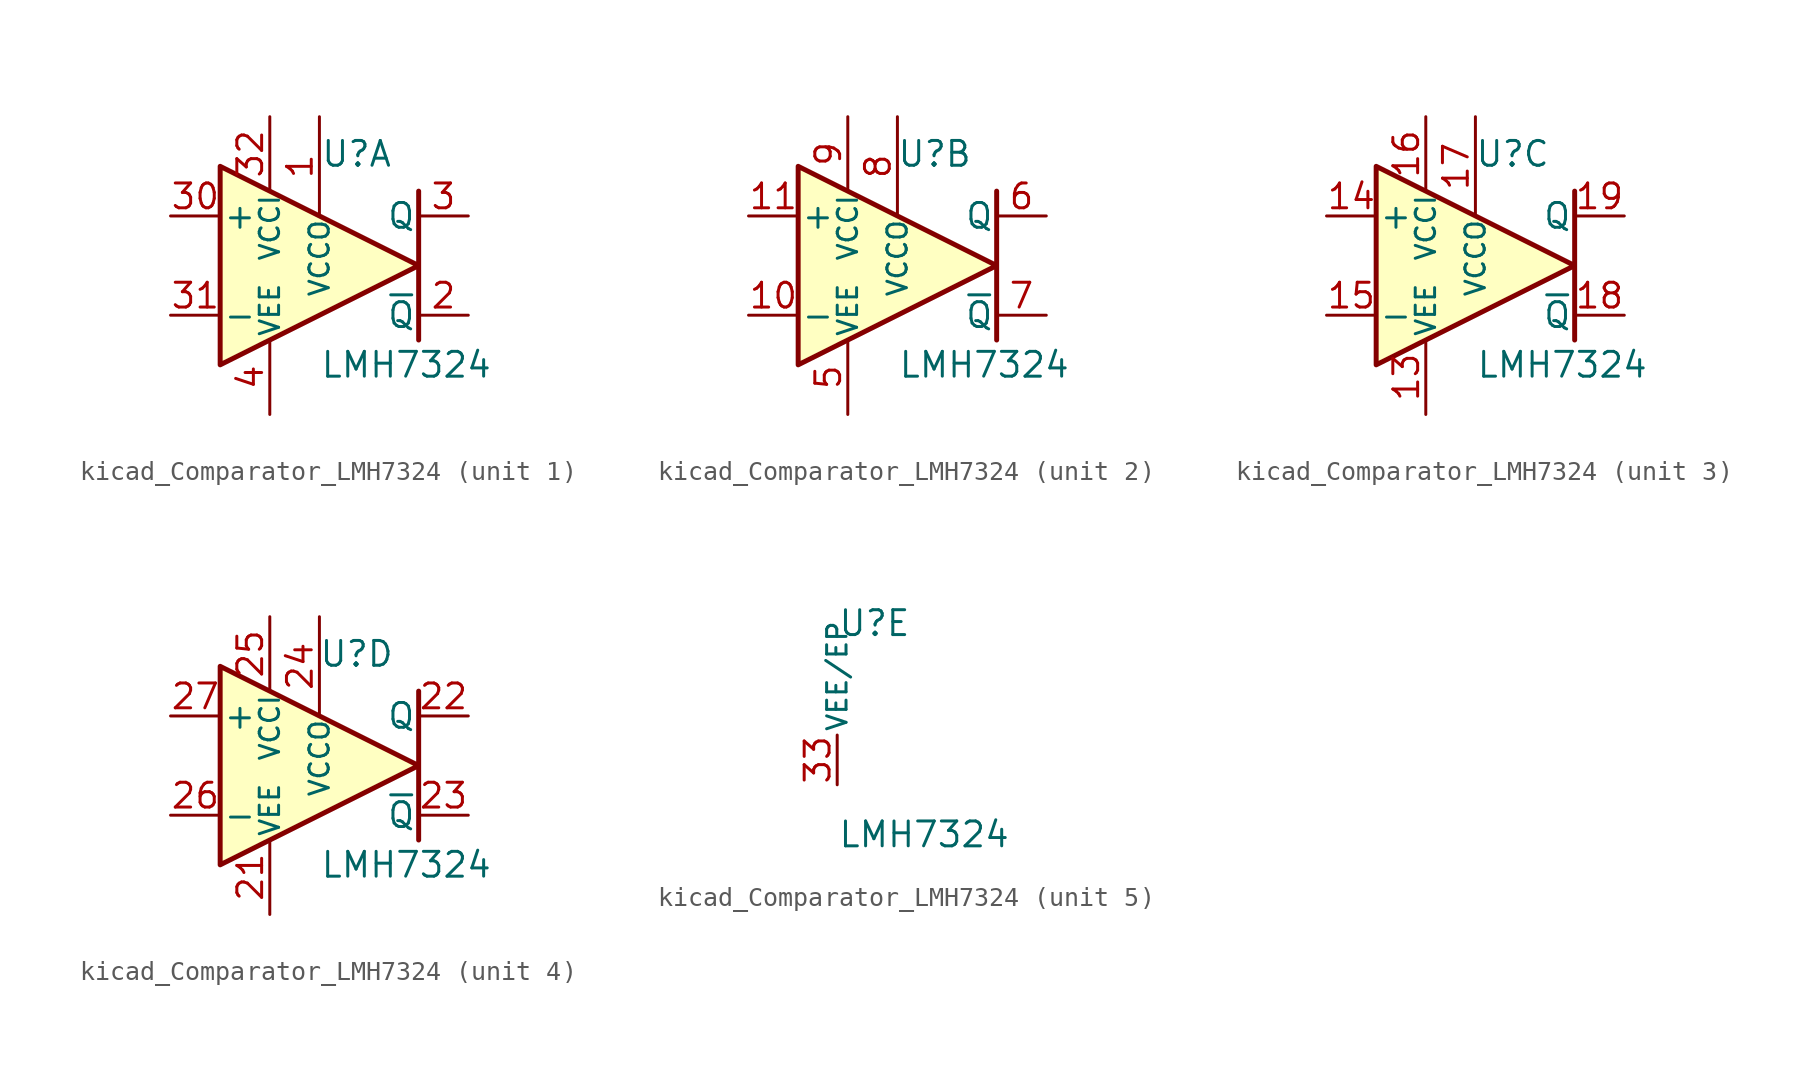
<source format=kicad_sym>
(kicad_symbol_lib
  (version 20220914)
  (generator kicad_symbol_editor)
  (symbol "kicad_Comparator_LMH7324"
    (pin_names
      (offset 0.127))
    (property "Reference" "U"
      (at 1.905 5.715 0)
      (effects (font (size 1.27 1.27))))
    (property "Value" "LMH7324"
      (at 4.445 -5.08 0)
      (effects (font (size 1.27 1.27))))
    (property "ki_locked" ""
      (at 0 0 0)
      (effects (font (size 1.27 1.27))))
    (symbol "kicad_Comparator_LMH7324_1_1"
      (polyline (pts (xy 5.08 3.81) (xy 5.08 0) (xy -5.08 5.08) (xy -5.08 -5.08) (xy 5.08 0) (xy 5.08 -3.81)) (stroke (width 0.254) (type default)) (fill (type background)))
      (pin power_in line (at 0 7.62 270) (length 5.08) (name "VCCO" (effects (font (size 0.991 0.991)))) (number "1" (effects (font (size 1.27 1.27)))))
      (pin output line (at 7.62 -2.54 180) (length 2.54) (name "~{Q}" (effects (font (size 1.27 1.27)))) (number "2" (effects (font (size 1.27 1.27)))))
      (pin passive line (at -2.54 -7.62 90) (length 3.81) hide (name "VEE" (effects (font (size 0.991 0.991)))) (number "29" (effects (font (size 1.27 1.27)))))
      (pin output line (at 7.62 2.54 180) (length 2.54) (name "Q" (effects (font (size 1.27 1.27)))) (number "3" (effects (font (size 1.27 1.27)))))
      (pin input line (at -7.62 2.54 0) (length 2.54) (name "+" (effects (font (size 1.27 1.27)))) (number "30" (effects (font (size 1.27 1.27)))))
      (pin input line (at -7.62 -2.54 0) (length 2.54) (name "-" (effects (font (size 1.27 1.27)))) (number "31" (effects (font (size 1.27 1.27)))))
      (pin power_in line (at -2.54 7.62 270) (length 3.81) (name "VCCI" (effects (font (size 0.991 0.991)))) (number "32" (effects (font (size 1.27 1.27)))))
      (pin power_in line (at -2.54 -7.62 90) (length 3.81) (name "VEE" (effects (font (size 0.991 0.991)))) (number "4" (effects (font (size 1.27 1.27))))))
    (symbol "kicad_Comparator_LMH7324_2_1"
      (polyline (pts (xy 5.08 3.81) (xy 5.08 0) (xy -5.08 5.08) (xy -5.08 -5.08) (xy 5.08 0) (xy 5.08 -3.81)) (stroke (width 0.254) (type default)) (fill (type background)))
      (pin input line (at -7.62 -2.54 0) (length 2.54) (name "-" (effects (font (size 1.27 1.27)))) (number "10" (effects (font (size 1.27 1.27)))))
      (pin input line (at -7.62 2.54 0) (length 2.54) (name "+" (effects (font (size 1.27 1.27)))) (number "11" (effects (font (size 1.27 1.27)))))
      (pin passive line (at -2.54 -7.62 90) (length 3.81) hide (name "VEE" (effects (font (size 0.991 0.991)))) (number "12" (effects (font (size 1.27 1.27)))))
      (pin power_in line (at -2.54 -7.62 90) (length 3.81) (name "VEE" (effects (font (size 0.991 0.991)))) (number "5" (effects (font (size 1.27 1.27)))))
      (pin output line (at 7.62 2.54 180) (length 2.54) (name "Q" (effects (font (size 1.27 1.27)))) (number "6" (effects (font (size 1.27 1.27)))))
      (pin output line (at 7.62 -2.54 180) (length 2.54) (name "~{Q}" (effects (font (size 1.27 1.27)))) (number "7" (effects (font (size 1.27 1.27)))))
      (pin power_in line (at 0 7.62 270) (length 5.08) (name "VCCO" (effects (font (size 0.991 0.991)))) (number "8" (effects (font (size 1.27 1.27)))))
      (pin power_in line (at -2.54 7.62 270) (length 3.81) (name "VCCI" (effects (font (size 0.991 0.991)))) (number "9" (effects (font (size 1.27 1.27))))))
    (symbol "kicad_Comparator_LMH7324_3_1"
      (polyline (pts (xy 5.08 3.81) (xy 5.08 0) (xy -5.08 5.08) (xy -5.08 -5.08) (xy 5.08 0) (xy 5.08 -3.81)) (stroke (width 0.254) (type default)) (fill (type background)))
      (pin power_in line (at -2.54 -7.62 90) (length 3.81) (name "VEE" (effects (font (size 0.991 0.991)))) (number "13" (effects (font (size 1.27 1.27)))))
      (pin input line (at -7.62 2.54 0) (length 2.54) (name "+" (effects (font (size 1.27 1.27)))) (number "14" (effects (font (size 1.27 1.27)))))
      (pin input line (at -7.62 -2.54 0) (length 2.54) (name "-" (effects (font (size 1.27 1.27)))) (number "15" (effects (font (size 1.27 1.27)))))
      (pin power_in line (at -2.54 7.62 270) (length 3.81) (name "VCCI" (effects (font (size 0.991 0.991)))) (number "16" (effects (font (size 1.27 1.27)))))
      (pin power_in line (at 0 7.62 270) (length 5.08) (name "VCCO" (effects (font (size 0.991 0.991)))) (number "17" (effects (font (size 1.27 1.27)))))
      (pin output line (at 7.62 -2.54 180) (length 2.54) (name "~{Q}" (effects (font (size 1.27 1.27)))) (number "18" (effects (font (size 1.27 1.27)))))
      (pin output line (at 7.62 2.54 180) (length 2.54) (name "Q" (effects (font (size 1.27 1.27)))) (number "19" (effects (font (size 1.27 1.27)))))
      (pin passive line (at -2.54 -7.62 90) (length 3.81) hide (name "VEE" (effects (font (size 0.991 0.991)))) (number "20" (effects (font (size 1.27 1.27))))))
    (symbol "kicad_Comparator_LMH7324_4_1"
      (polyline (pts (xy 5.08 3.81) (xy 5.08 0) (xy -5.08 5.08) (xy -5.08 -5.08) (xy 5.08 0) (xy 5.08 -3.81)) (stroke (width 0.254) (type default)) (fill (type background)))
      (pin power_in line (at -2.54 -7.62 90) (length 3.81) (name "VEE" (effects (font (size 0.991 0.991)))) (number "21" (effects (font (size 1.27 1.27)))))
      (pin output line (at 7.62 2.54 180) (length 2.54) (name "Q" (effects (font (size 1.27 1.27)))) (number "22" (effects (font (size 1.27 1.27)))))
      (pin output line (at 7.62 -2.54 180) (length 2.54) (name "~{Q}" (effects (font (size 1.27 1.27)))) (number "23" (effects (font (size 1.27 1.27)))))
      (pin power_in line (at 0 7.62 270) (length 5.08) (name "VCCO" (effects (font (size 0.991 0.991)))) (number "24" (effects (font (size 1.27 1.27)))))
      (pin power_in line (at -2.54 7.62 270) (length 3.81) (name "VCCI" (effects (font (size 0.991 0.991)))) (number "25" (effects (font (size 1.27 1.27)))))
      (pin input line (at -7.62 -2.54 0) (length 2.54) (name "-" (effects (font (size 1.27 1.27)))) (number "26" (effects (font (size 1.27 1.27)))))
      (pin input line (at -7.62 2.54 0) (length 2.54) (name "+" (effects (font (size 1.27 1.27)))) (number "27" (effects (font (size 1.27 1.27)))))
      (pin passive line (at -2.54 -7.62 90) (length 3.81) hide (name "VEE" (effects (font (size 0.991 0.991)))) (number "28" (effects (font (size 1.27 1.27))))))
    (symbol "kicad_Comparator_LMH7324_5_1"
      (pin power_in line (at 0 -2.54 90) (length 2.54) (name "VEE/EP" (effects (font (size 0.991 0.991)))) (number "33" (effects (font (size 1.27 1.27))))))))
</source>
